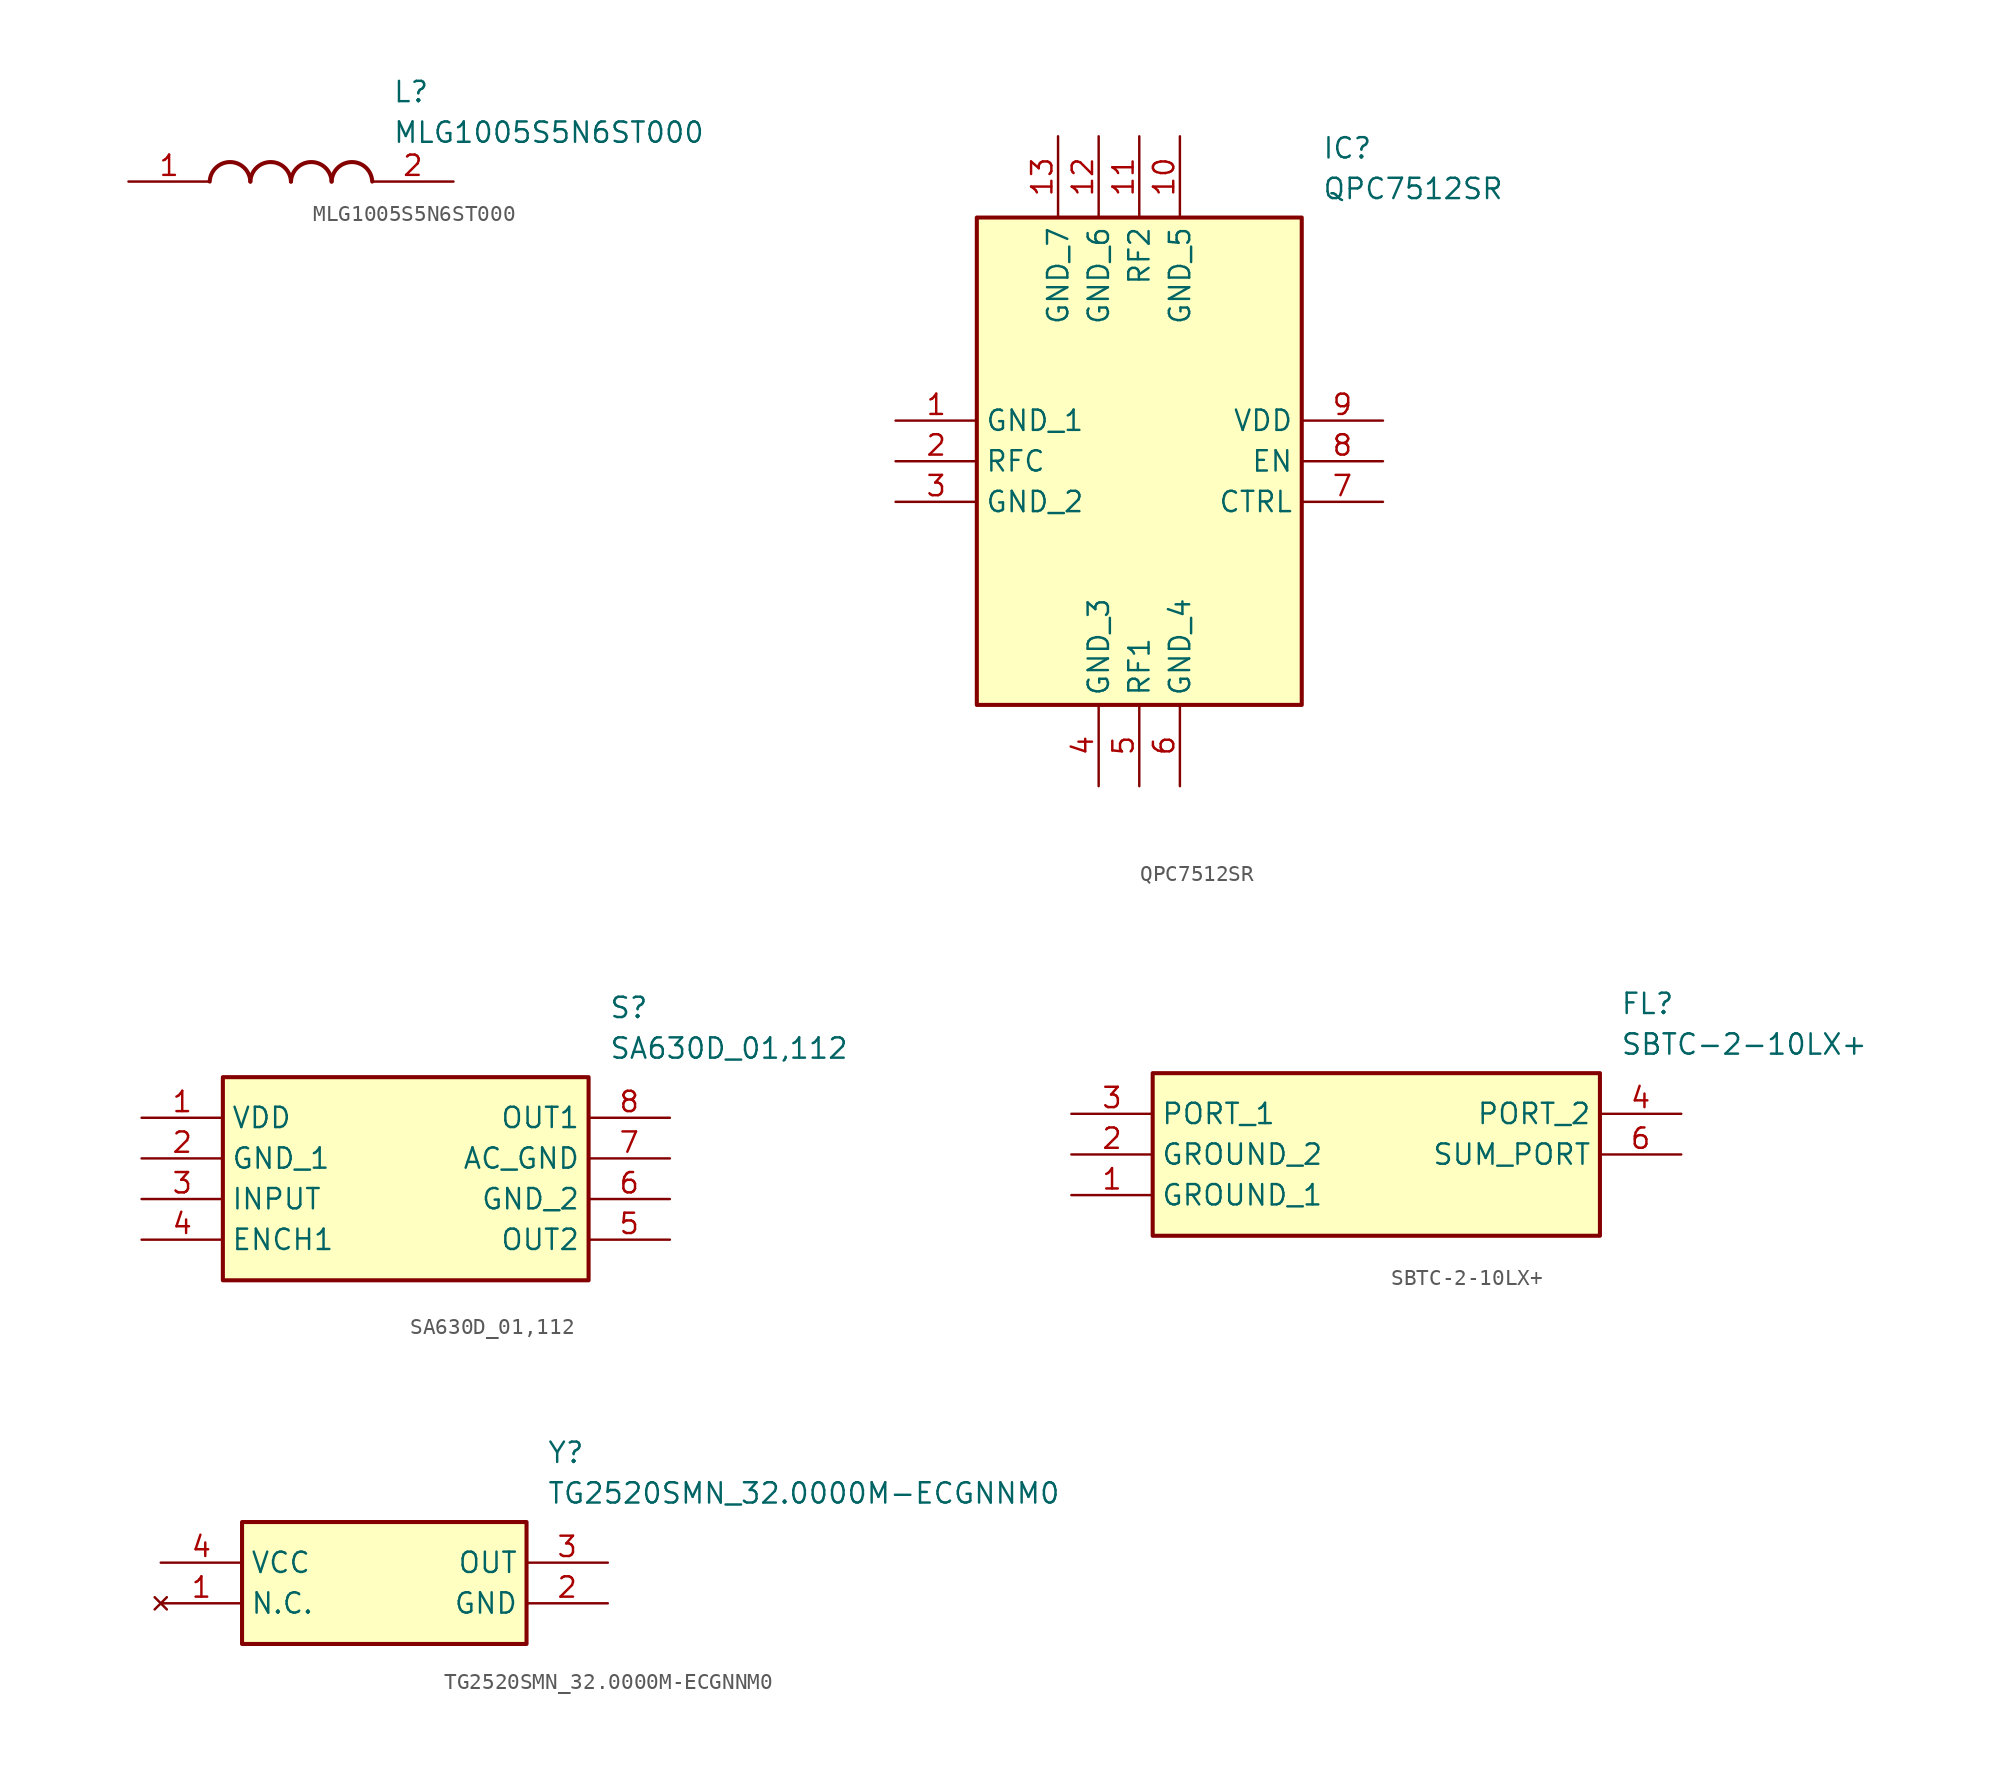
<source format=kicad_sym>
(kicad_symbol_lib
  (version 20220914)
  (generator kicad_symbol_editor)
  (symbol "MLG1005S5N6ST000"
    (pin_names hide)
    (property "Reference" "L"
      (at 16.51 6.35 0)
      (effects (font (size 1.27 1.27)) (justify left top)))
    (property "Value" "MLG1005S5N6ST000"
      (at 16.51 3.81 0)
      (effects (font (size 1.27 1.27)) (justify left top)))
    (symbol "MLG1005S5N6ST000_1_1"
      (arc (start 7.62 0) (mid 6.35 1.219) (end 5.08 0) (stroke (width 0.254) (type default)) (fill (type none)))
      (arc (start 10.16 0) (mid 8.89 1.219) (end 7.62 0) (stroke (width 0.254) (type default)) (fill (type none)))
      (arc (start 12.7 0) (mid 11.43 1.219) (end 10.16 0) (stroke (width 0.254) (type default)) (fill (type none)))
      (arc (start 15.24 0) (mid 13.97 1.219) (end 12.7 0) (stroke (width 0.254) (type default)) (fill (type none)))
      (pin passive line (at 0 0 0) (length 5.08) (name "1" (effects (font (size 1.27 1.27)))) (number "1" (effects (font (size 1.27 1.27)))))
      (pin passive line (at 20.32 0 180) (length 5.08) (name "2" (effects (font (size 1.27 1.27)))) (number "2" (effects (font (size 1.27 1.27)))))))
  (symbol "QPC7512SR"
    (property "Reference" "IC"
      (at 26.67 17.78 0)
      (effects (font (size 1.27 1.27)) (justify left top)))
    (property "Value" "QPC7512SR"
      (at 26.67 15.24 0)
      (effects (font (size 1.27 1.27)) (justify left top)))
    (symbol "QPC7512SR_1_1"
      (rectangle (start 5.08 12.7) (end 25.4 -17.78) (stroke (width 0.254) (type default)) (fill (type background)))
      (pin passive line (at 0 0 0) (length 5.08) (name "GND_1" (effects (font (size 1.27 1.27)))) (number "1" (effects (font (size 1.27 1.27)))))
      (pin passive line (at 17.78 17.78 270) (length 5.08) (name "GND_5" (effects (font (size 1.27 1.27)))) (number "10" (effects (font (size 1.27 1.27)))))
      (pin passive line (at 15.24 17.78 270) (length 5.08) (name "RF2" (effects (font (size 1.27 1.27)))) (number "11" (effects (font (size 1.27 1.27)))))
      (pin passive line (at 12.7 17.78 270) (length 5.08) (name "GND_6" (effects (font (size 1.27 1.27)))) (number "12" (effects (font (size 1.27 1.27)))))
      (pin passive line (at 10.16 17.78 270) (length 5.08) (name "GND_7" (effects (font (size 1.27 1.27)))) (number "13" (effects (font (size 1.27 1.27)))))
      (pin passive line (at 0 -2.54 0) (length 5.08) (name "RFC" (effects (font (size 1.27 1.27)))) (number "2" (effects (font (size 1.27 1.27)))))
      (pin passive line (at 0 -5.08 0) (length 5.08) (name "GND_2" (effects (font (size 1.27 1.27)))) (number "3" (effects (font (size 1.27 1.27)))))
      (pin passive line (at 12.7 -22.86 90) (length 5.08) (name "GND_3" (effects (font (size 1.27 1.27)))) (number "4" (effects (font (size 1.27 1.27)))))
      (pin passive line (at 15.24 -22.86 90) (length 5.08) (name "RF1" (effects (font (size 1.27 1.27)))) (number "5" (effects (font (size 1.27 1.27)))))
      (pin passive line (at 17.78 -22.86 90) (length 5.08) (name "GND_4" (effects (font (size 1.27 1.27)))) (number "6" (effects (font (size 1.27 1.27)))))
      (pin passive line (at 30.48 -5.08 180) (length 5.08) (name "CTRL" (effects (font (size 1.27 1.27)))) (number "7" (effects (font (size 1.27 1.27)))))
      (pin passive line (at 30.48 -2.54 180) (length 5.08) (name "EN" (effects (font (size 1.27 1.27)))) (number "8" (effects (font (size 1.27 1.27)))))
      (pin passive line (at 30.48 0 180) (length 5.08) (name "VDD" (effects (font (size 1.27 1.27)))) (number "9" (effects (font (size 1.27 1.27)))))))
  (symbol "SA630D_01,112"
    (property "Reference" "S"
      (at 29.21 7.62 0)
      (effects (font (size 1.27 1.27)) (justify left top)))
    (property "Value" "SA630D_01,112"
      (at 29.21 5.08 0)
      (effects (font (size 1.27 1.27)) (justify left top)))
    (symbol "SA630D_01,112_1_1"
      (rectangle (start 5.08 2.54) (end 27.94 -10.16) (stroke (width 0.254) (type default)) (fill (type background)))
      (pin passive line (at 0 0 0) (length 5.08) (name "VDD" (effects (font (size 1.27 1.27)))) (number "1" (effects (font (size 1.27 1.27)))))
      (pin passive line (at 0 -2.54 0) (length 5.08) (name "GND_1" (effects (font (size 1.27 1.27)))) (number "2" (effects (font (size 1.27 1.27)))))
      (pin passive line (at 0 -5.08 0) (length 5.08) (name "INPUT" (effects (font (size 1.27 1.27)))) (number "3" (effects (font (size 1.27 1.27)))))
      (pin passive line (at 0 -7.62 0) (length 5.08) (name "ENCH1" (effects (font (size 1.27 1.27)))) (number "4" (effects (font (size 1.27 1.27)))))
      (pin passive line (at 33.02 -7.62 180) (length 5.08) (name "OUT2" (effects (font (size 1.27 1.27)))) (number "5" (effects (font (size 1.27 1.27)))))
      (pin passive line (at 33.02 -5.08 180) (length 5.08) (name "GND_2" (effects (font (size 1.27 1.27)))) (number "6" (effects (font (size 1.27 1.27)))))
      (pin passive line (at 33.02 -2.54 180) (length 5.08) (name "AC_GND" (effects (font (size 1.27 1.27)))) (number "7" (effects (font (size 1.27 1.27)))))
      (pin passive line (at 33.02 0 180) (length 5.08) (name "OUT1" (effects (font (size 1.27 1.27)))) (number "8" (effects (font (size 1.27 1.27)))))))
  (symbol "SBTC-2-10LX+"
    (property "Reference" "FL"
      (at 34.29 7.62 0)
      (effects (font (size 1.27 1.27)) (justify left top)))
    (property "Value" "SBTC-2-10LX+"
      (at 34.29 5.08 0)
      (effects (font (size 1.27 1.27)) (justify left top)))
    (symbol "SBTC-2-10LX+_1_1"
      (rectangle (start 5.08 2.54) (end 33.02 -7.62) (stroke (width 0.254) (type default)) (fill (type background)))
      (pin passive line (at 0 -5.08 0) (length 5.08) (name "GROUND_1" (effects (font (size 1.27 1.27)))) (number "1" (effects (font (size 1.27 1.27)))))
      (pin passive line (at 0 -2.54 0) (length 5.08) (name "GROUND_2" (effects (font (size 1.27 1.27)))) (number "2" (effects (font (size 1.27 1.27)))))
      (pin passive line (at 0 0 0) (length 5.08) (name "PORT_1" (effects (font (size 1.27 1.27)))) (number "3" (effects (font (size 1.27 1.27)))))
      (pin passive line (at 38.1 0 180) (length 5.08) (name "PORT_2" (effects (font (size 1.27 1.27)))) (number "4" (effects (font (size 1.27 1.27)))))
      (pin passive line (at 38.1 -2.54 180) (length 5.08) (name "SUM_PORT" (effects (font (size 1.27 1.27)))) (number "6" (effects (font (size 1.27 1.27)))))))
  (symbol "TG2520SMN_32.0000M-ECGNNM0"
    (property "Reference" "Y"
      (at 24.13 7.62 0)
      (effects (font (size 1.27 1.27)) (justify left top)))
    (property "Value" "TG2520SMN_32.0000M-ECGNNM0"
      (at 24.13 5.08 0)
      (effects (font (size 1.27 1.27)) (justify left top)))
    (symbol "TG2520SMN_32.0000M-ECGNNM0_1_1"
      (rectangle (start 5.08 2.54) (end 22.86 -5.08) (stroke (width 0.254) (type default)) (fill (type background)))
      (pin no_connect line (at 0 -2.54 0) (length 5.08) (name "N.C." (effects (font (size 1.27 1.27)))) (number "1" (effects (font (size 1.27 1.27)))))
      (pin passive line (at 27.94 -2.54 180) (length 5.08) (name "GND" (effects (font (size 1.27 1.27)))) (number "2" (effects (font (size 1.27 1.27)))))
      (pin passive line (at 27.94 0 180) (length 5.08) (name "OUT" (effects (font (size 1.27 1.27)))) (number "3" (effects (font (size 1.27 1.27)))))
      (pin passive line (at 0 0 0) (length 5.08) (name "VCC" (effects (font (size 1.27 1.27)))) (number "4" (effects (font (size 1.27 1.27))))))))
</source>
